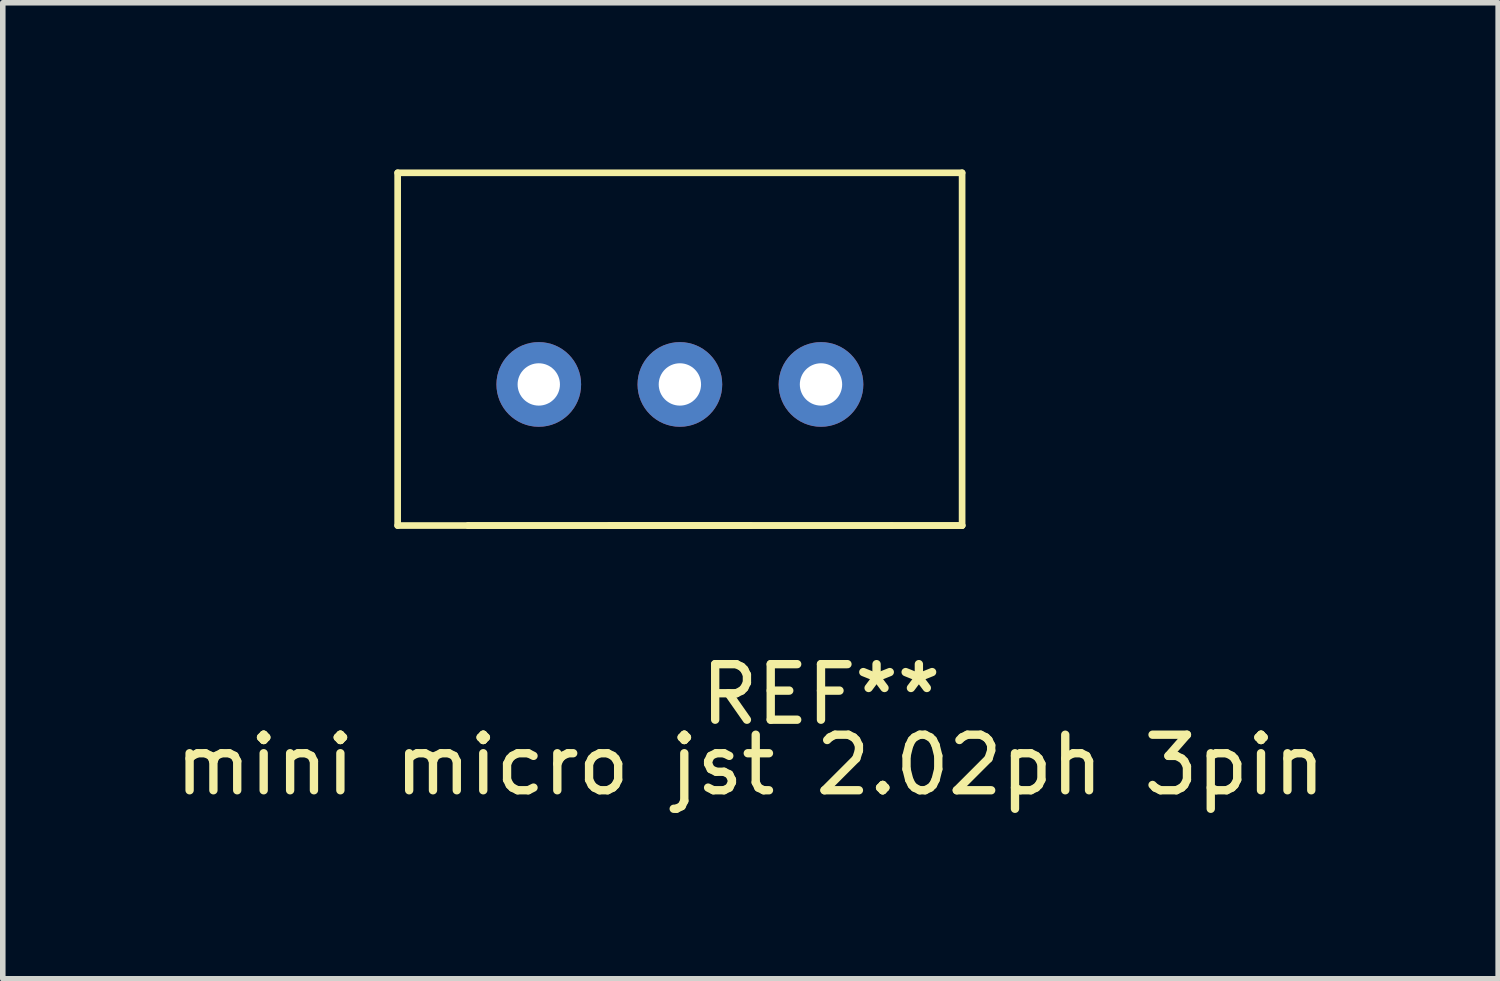
<source format=kicad_pcb>
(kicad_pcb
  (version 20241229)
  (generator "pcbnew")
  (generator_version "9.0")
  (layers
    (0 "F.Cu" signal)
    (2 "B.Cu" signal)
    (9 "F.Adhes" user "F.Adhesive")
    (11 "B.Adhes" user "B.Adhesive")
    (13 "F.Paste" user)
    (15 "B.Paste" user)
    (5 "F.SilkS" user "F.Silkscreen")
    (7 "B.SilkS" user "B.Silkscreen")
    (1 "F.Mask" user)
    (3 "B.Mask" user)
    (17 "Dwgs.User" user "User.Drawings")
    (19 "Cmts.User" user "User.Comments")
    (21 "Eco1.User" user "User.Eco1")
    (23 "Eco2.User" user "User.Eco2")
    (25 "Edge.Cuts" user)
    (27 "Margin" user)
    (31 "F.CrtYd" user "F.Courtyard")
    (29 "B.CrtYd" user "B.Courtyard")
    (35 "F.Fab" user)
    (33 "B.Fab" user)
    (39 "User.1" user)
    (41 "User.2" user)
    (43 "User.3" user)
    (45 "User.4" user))
  (footprint "mini micro jst 2.02ph 3pin"
    (layer "F.Cu")
    (at 10.458 10.22)
    (property "Reference" "mini micro jst 2.02ph 3pin" (at 0 0.5 0) (layer "F.SilkS") (effects (font (size 1 1) (thickness 0.15))))
    (attr through_hole)
    (fp_line (start -6.35 -10.16) (end 3.81 -10.16) (stroke (width 0.12) (type solid)) (layer "F.SilkS"))
    (fp_line (start -6.35 -3.81) (end -6.35 -10.16) (stroke (width 0.12) (type solid)) (layer "F.SilkS"))
    (fp_line (start -5.08 -3.81) (end -6.35 -3.81) (stroke (width 0.12) (type solid)) (layer "F.SilkS"))
    (fp_line (start -5.08 -3.81) (end -2.54 -3.81) (stroke (width 0.12) (type solid)) (layer "F.SilkS"))
    (fp_line (start -2.54 -3.81) (end 0 -3.81) (stroke (width 0.12) (type solid)) (layer "F.SilkS"))
    (fp_line (start 0 -3.81) (end -2.54 -3.81) (stroke (width 0.12) (type solid)) (layer "F.SilkS"))
    (fp_line (start 0 -3.81) (end 2.54 -3.81) (stroke (width 0.12) (type solid)) (layer "F.SilkS"))
    (fp_line (start 2.54 -3.81) (end 3.81 -3.81) (stroke (width 0.12) (type solid)) (layer "F.SilkS"))
    (fp_line (start 3.81 -10.16) (end 3.81 -3.81) (stroke (width 0.12) (type solid)) (layer "F.SilkS"))
    (fp_line (start 3.81 -3.81) (end -5.08 -3.81) (stroke (width 0.12) (type solid)) (layer "F.SilkS"))
    (fp_text user "REF**" (at 1.27 -0.77 0) (layer "F.SilkS") (effects (font (size 1 1) (thickness 0.15))))
    (pad "1" thru_hole circle (at -3.81 -6.35) (size 1.524 1.524) (drill 0.762) (layers "*.Cu" "*.Mask"))
    (pad "2" thru_hole circle (at -1.27 -6.35) (size 1.524 1.524) (drill 0.762) (layers "*.Cu" "*.Mask"))
    (pad "3" thru_hole circle (at 1.27 -6.35) (size 1.524 1.524) (drill 0.762) (layers "*.Cu" "*.Mask")))
  (gr_rect
    (start -3 -3)
    (end 23.917 14.568)
    (stroke (width 0.1) (type default))
    (fill no)
    (layer "Edge.Cuts")))
</source>
